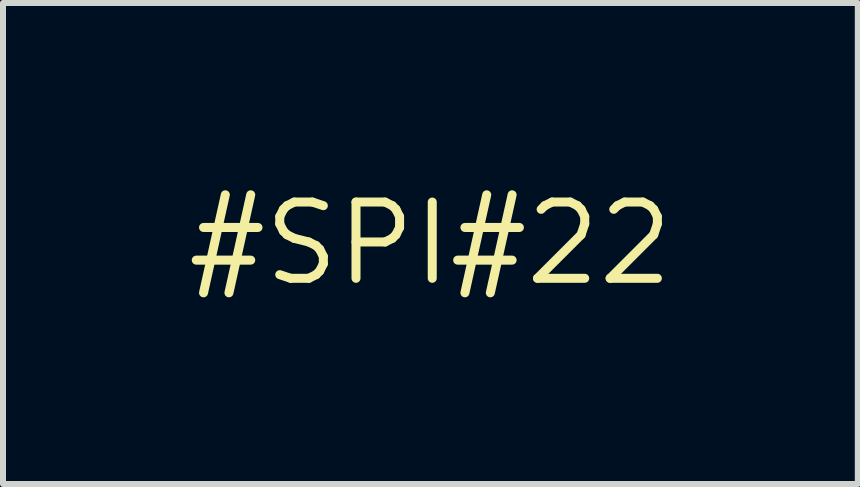
<source format=kicad_pcb>
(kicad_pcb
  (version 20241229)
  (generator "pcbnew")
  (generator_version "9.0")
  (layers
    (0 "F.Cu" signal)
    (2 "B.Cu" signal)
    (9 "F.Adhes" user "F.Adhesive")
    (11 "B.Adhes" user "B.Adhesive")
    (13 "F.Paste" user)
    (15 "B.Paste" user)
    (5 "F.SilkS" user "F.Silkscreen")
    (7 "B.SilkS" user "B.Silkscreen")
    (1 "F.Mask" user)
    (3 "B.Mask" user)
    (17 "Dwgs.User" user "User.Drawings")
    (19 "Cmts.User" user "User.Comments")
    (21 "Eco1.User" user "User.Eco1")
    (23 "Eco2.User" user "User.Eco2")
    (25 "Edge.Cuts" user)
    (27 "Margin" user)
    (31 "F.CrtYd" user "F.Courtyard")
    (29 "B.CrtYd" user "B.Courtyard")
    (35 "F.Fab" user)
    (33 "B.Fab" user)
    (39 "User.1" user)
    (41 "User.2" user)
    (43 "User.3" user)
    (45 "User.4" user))
  (footprint "#SPI#22"
    (layer "F.Cu")
    (at 4.12 1.006)
    (property "Reference" "#SPI#22" (at 0 0 0) (layer "F.SilkS") (effects (font (size 1.27 1.27) (thickness 0.15))))
    (fp_poly (pts (xy 0.054 -0.024) (xy 0.05 -0.02) (xy 0.05 -0.025) (xy 0.052 -0.025)) (stroke (width 0) (type default)) (fill yes) (layer "F.SilkS")))
  (gr_rect
    (start -3 -3)
    (end 11.239 5.012)
    (stroke (width 0.1) (type default))
    (fill no)
    (layer "Edge.Cuts")))
</source>
